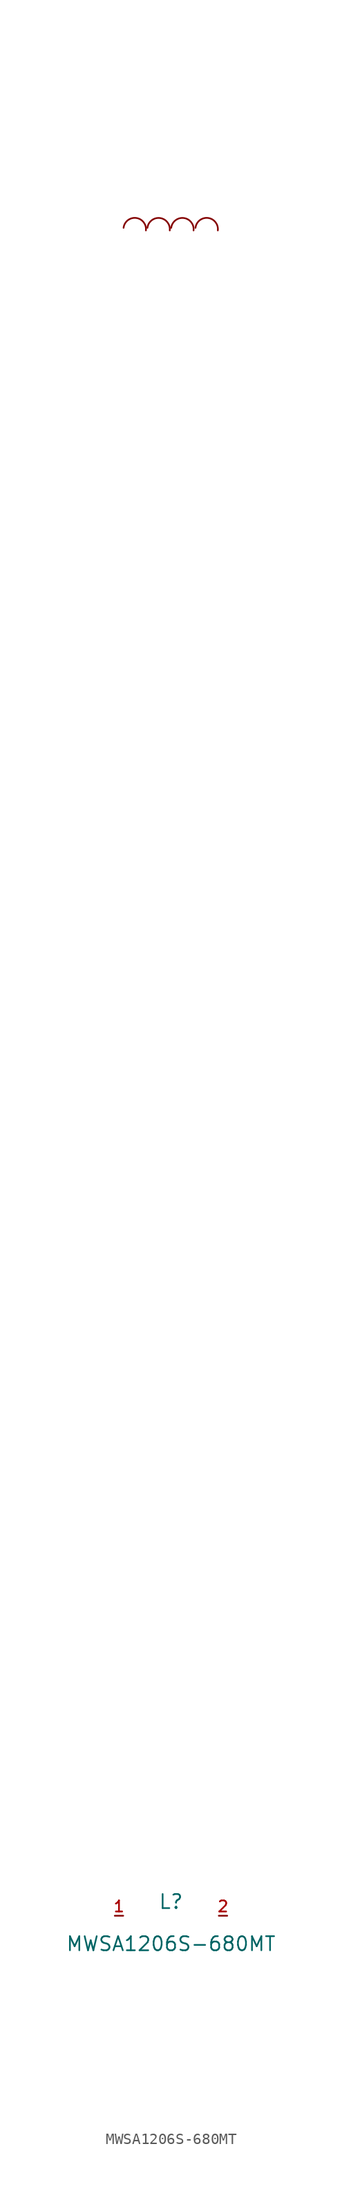
<source format=kicad_sym>
(kicad_symbol_lib
  (version 20210201)
  (generator TousstNicolas/JLC2KiCad_lib)
  (symbol "MWSA1206S-680MT"
    (pin_names hide)
    (property "Reference" "L"
      (at 0 1.27 0)
      (effects (font (size 1.27 1.27))))
    (property "Value" "MWSA1206S-680MT"
      (at 0 -2.54 0)
      (effects (font (size 1.27 1.27))))
    (symbol "MWSA1206S-680MT_0_1"
      (pin unspecified line (at 5.08 -0.0 180) (length 0.762) (name "2" (effects (font (size 1 1)))) (number "2" (effects (font (size 1 1)))))
      (pin unspecified line (at -5.08 -0.0 0) (length 0.762) (name "1" (effects (font (size 1 1)))) (number "1" (effects (font (size 1 1)))))
      (arc (start -2.2675798317689098 152.26577474375057) (mid -3.1589675383294846 153.39269454626879) (end -4.285887329344515 152.50130682516553) (stroke (width 0) (type default) (color 0 0 0 0)) (fill (type none)))
      (arc (start -0.11289020511819081 152.26516817215807) (mid -1.0043096562459306 153.39206286199257) (end -2.131204336687783 152.50064339899106) (stroke (width 0) (type default) (color 0 0 0 0)) (fill (type none)))
      (arc (start 2.037732096126408 152.26516817215807) (mid 1.146312644998668 153.39206286199257) (end 0.019417964556815614 152.50064339899106) (stroke (width 0) (type default) (color 0 0 0 0)) (fill (type none)))
      (arc (start 4.230518481699189 152.26567617317409) (mid 3.339099030571449 153.3925708630086) (end 2.2122043501295967 152.50115140000707) (stroke (width 0) (type default) (color 0 0 0 0)) (fill (type none))))))
</source>
